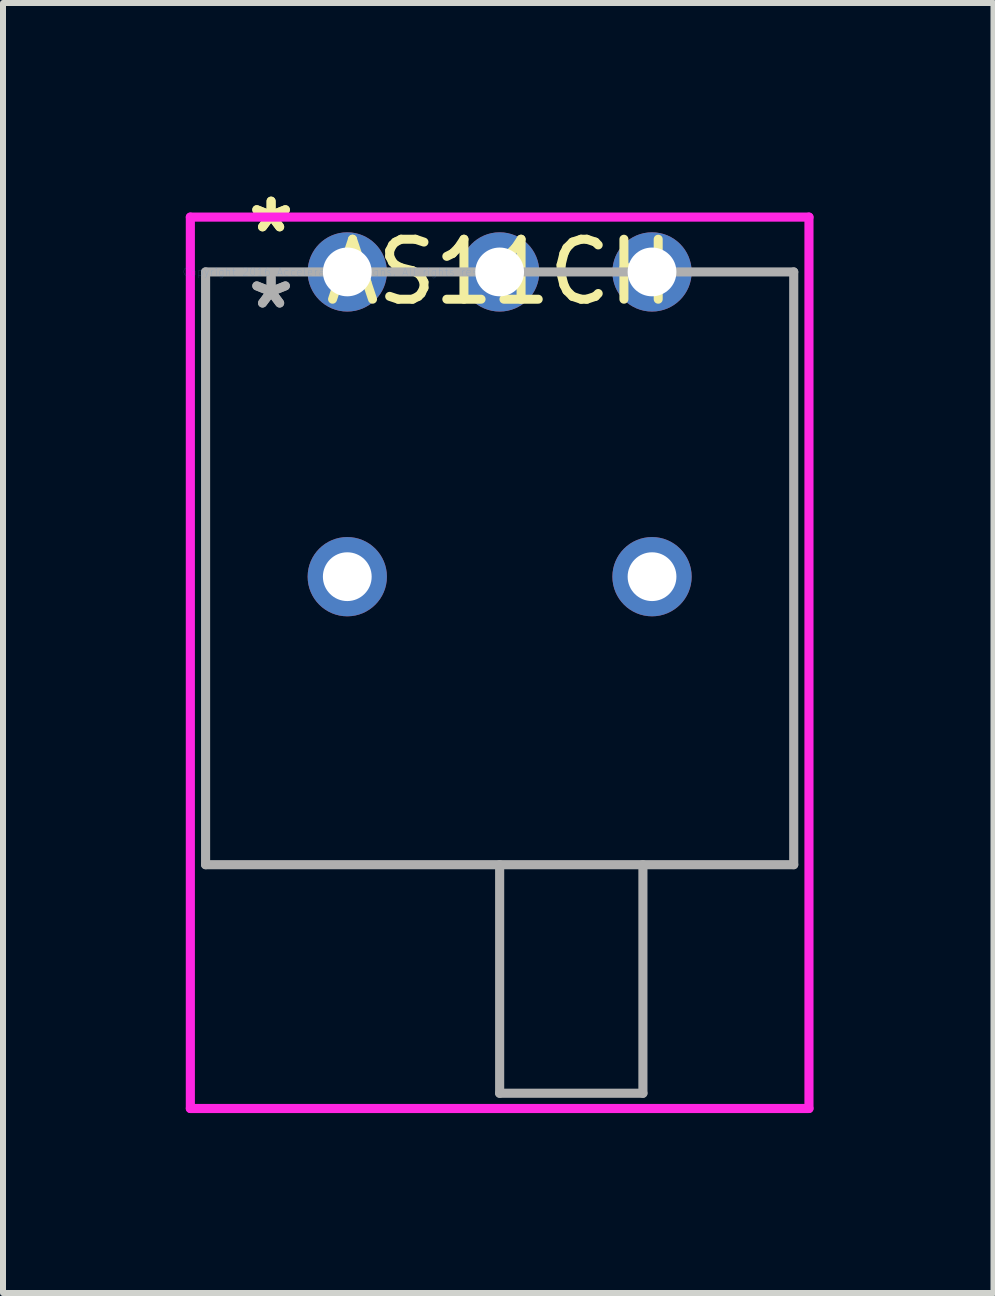
<source format=kicad_pcb>
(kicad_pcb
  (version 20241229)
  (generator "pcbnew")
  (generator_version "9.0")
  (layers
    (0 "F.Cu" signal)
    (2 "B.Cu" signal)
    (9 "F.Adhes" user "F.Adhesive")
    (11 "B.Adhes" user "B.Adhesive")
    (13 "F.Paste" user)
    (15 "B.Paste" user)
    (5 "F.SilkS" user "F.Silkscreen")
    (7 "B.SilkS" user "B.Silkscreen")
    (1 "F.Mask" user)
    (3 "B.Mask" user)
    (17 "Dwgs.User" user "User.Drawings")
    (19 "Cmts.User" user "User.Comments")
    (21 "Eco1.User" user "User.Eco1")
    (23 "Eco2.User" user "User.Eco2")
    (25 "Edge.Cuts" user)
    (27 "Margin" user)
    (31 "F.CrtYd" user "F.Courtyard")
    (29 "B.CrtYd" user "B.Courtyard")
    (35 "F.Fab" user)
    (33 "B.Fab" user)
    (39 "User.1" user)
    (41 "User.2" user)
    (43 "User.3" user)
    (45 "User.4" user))
  (footprint "AS11CH"
    (layer "F.Cu")
    (at 2.739 1.483)
    (property "Reference" "AS11CH" (at 2.54 0 0) (layer "F.SilkS") (effects (font (size 1 1) (thickness 0.15))))
    (attr through_hole)
    (fp_line (start -2.616 -0.914) (end -2.616 13.945) (stroke (width 0.152) (type solid)) (layer "F.CrtYd"))
    (fp_line (start -2.616 13.945) (end 7.696 13.945) (stroke (width 0.152) (type solid)) (layer "F.CrtYd"))
    (fp_line (start 7.696 -0.914) (end -2.616 -0.914) (stroke (width 0.152) (type solid)) (layer "F.CrtYd"))
    (fp_line (start 7.696 13.945) (end 7.696 -0.914) (stroke (width 0.152) (type solid)) (layer "F.CrtYd"))
    (fp_line (start -2.362 0) (end 7.442 0) (stroke (width 0.152) (type solid)) (layer "F.Fab"))
    (fp_line (start -2.362 9.881) (end -2.362 0) (stroke (width 0.152) (type solid)) (layer "F.Fab"))
    (fp_line (start 2.54 9.881) (end 2.54 13.691) (stroke (width 0.152) (type solid)) (layer "F.Fab"))
    (fp_line (start 2.54 13.691) (end 4.928 13.691) (stroke (width 0.152) (type solid)) (layer "F.Fab"))
    (fp_line (start 4.928 9.881) (end 4.928 13.691) (stroke (width 0.152) (type solid)) (layer "F.Fab"))
    (fp_line (start 7.442 0) (end 7.442 9.881) (stroke (width 0.152) (type solid)) (layer "F.Fab"))
    (fp_line (start 7.442 9.881) (end -2.362 9.881) (stroke (width 0.152) (type solid)) (layer "F.Fab"))
    (fp_text user "*" (at -1.27 -0.635 0) (layer "F.SilkS") (effects (font (size 1 1) (thickness 0.15))))
    (fp_text user "*" (at -1.27 -0.635 0) (layer "F.SilkS") (effects (font (size 1 1) (thickness 0.15))))
    (fp_text user "Copyright 2016 Accelerated Designs. All rights reserved." (at 0 0 0) (layer "Cmts.User") (effects (font (size 0.127 0.127) (thickness 0.002))))
    (fp_text user "*" (at -1.27 0.635 0) (layer "F.Fab") (effects (font (size 1 1) (thickness 0.15))))
    (fp_text user "*" (at -1.27 0.635 0) (layer "F.Fab") (effects (font (size 1 1) (thickness 0.15))))
    (pad "1" thru_hole circle (at 0 0) (size 1.321 1.321) (drill 0.813) (layers "*.Cu" "*.Mask"))
    (pad "2" thru_hole circle (at 2.54 0) (size 1.321 1.321) (drill 0.813) (layers "*.Cu" "*.Mask"))
    (pad "3" thru_hole circle (at 5.08 0) (size 1.321 1.321) (drill 0.813) (layers "*.Cu" "*.Mask"))
    (pad "4" thru_hole circle (at 0 5.08) (size 1.321 1.321) (drill 0.813) (layers "*.Cu" "*.Mask"))
    (pad "5" thru_hole circle (at 5.08 5.08) (size 1.321 1.321) (drill 0.813) (layers "*.Cu" "*.Mask")))
  (gr_rect
    (start -3 -3)
    (end 13.511 18.504)
    (stroke (width 0.1) (type default))
    (fill no)
    (layer "Edge.Cuts")))
</source>
